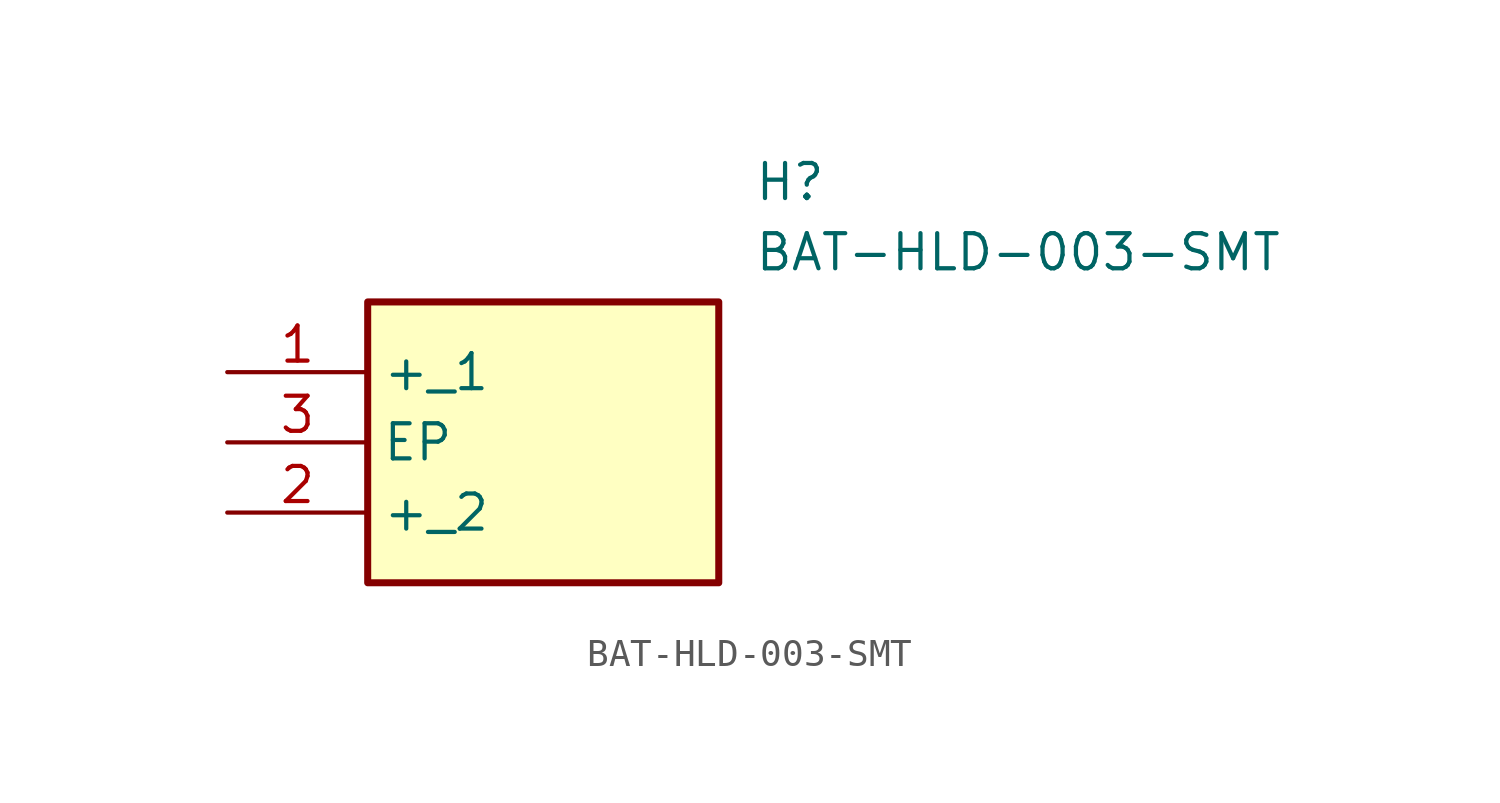
<source format=kicad_sym>
(kicad_symbol_lib
  (version 20220914)
  (generator SamacSys_ECAD_Model)
  (symbol "BAT-HLD-003-SMT"
    (property "Reference" "H"
      (at 19.05 7.62 0)
      (effects (font (size 1.27 1.27)) (justify left top)))
    (property "Value" "BAT-HLD-003-SMT"
      (at 19.05 5.08 0)
      (effects (font (size 1.27 1.27)) (justify left top)))
    (rectangle
      (start 5.08 2.54)
      (end 17.78 -7.62)
      (stroke (width 0.254) (type default))
      (fill (type background)))
    (pin passive line
      (at 0 0 0)
      (length 5.08)
      (name "+_1" (effects (font (size 1.27 1.27))))
      (number "1" (effects (font (size 1.27 1.27)))))
    (pin passive line
      (at 0 -5.08 0)
      (length 5.08)
      (name "+_2" (effects (font (size 1.27 1.27))))
      (number "2" (effects (font (size 1.27 1.27)))))
    (pin passive line
      (at 0 -2.54 0)
      (length 5.08)
      (name "EP" (effects (font (size 1.27 1.27))))
      (number "3" (effects (font (size 1.27 1.27)))))))
</source>
